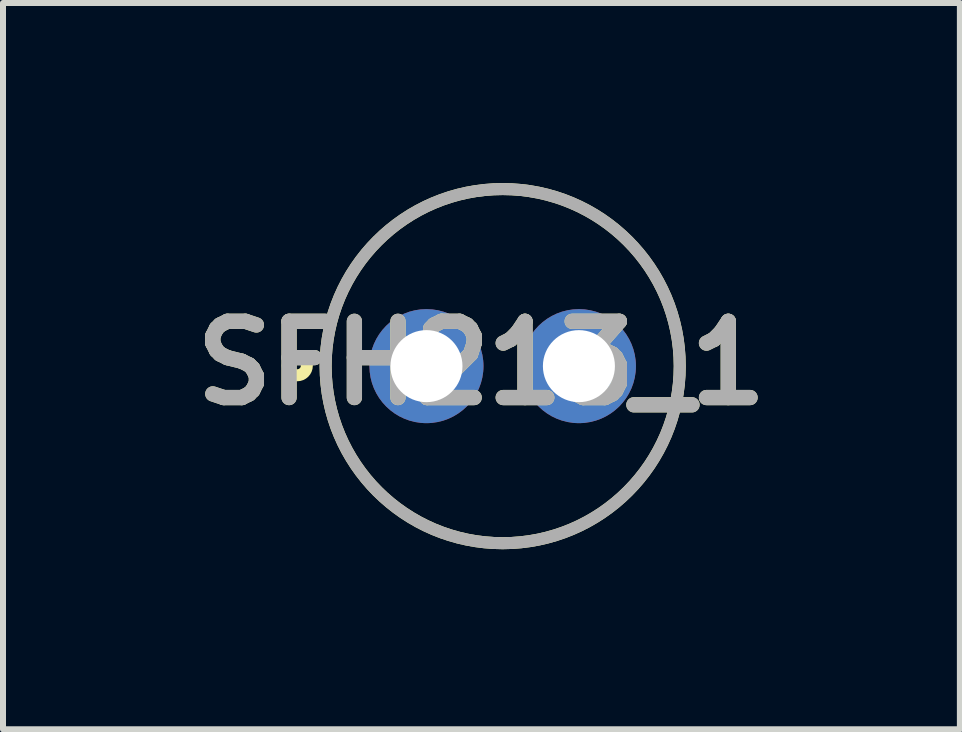
<source format=kicad_pcb>
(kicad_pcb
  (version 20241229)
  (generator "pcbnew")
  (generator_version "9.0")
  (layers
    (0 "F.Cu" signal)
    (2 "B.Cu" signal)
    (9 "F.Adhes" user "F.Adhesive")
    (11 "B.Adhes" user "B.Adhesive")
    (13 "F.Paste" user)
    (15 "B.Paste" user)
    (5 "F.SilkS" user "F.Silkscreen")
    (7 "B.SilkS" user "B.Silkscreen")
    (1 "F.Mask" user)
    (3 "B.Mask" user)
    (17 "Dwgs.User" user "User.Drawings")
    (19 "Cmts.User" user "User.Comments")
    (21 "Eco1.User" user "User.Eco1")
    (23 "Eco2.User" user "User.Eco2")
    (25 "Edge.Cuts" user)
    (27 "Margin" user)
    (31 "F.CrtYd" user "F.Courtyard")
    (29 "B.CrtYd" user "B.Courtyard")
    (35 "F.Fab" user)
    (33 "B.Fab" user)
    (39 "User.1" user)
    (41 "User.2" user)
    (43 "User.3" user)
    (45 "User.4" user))
  (footprint "SFH213_1"
    (layer "F.Cu")
    (at 5.325 3.05)
    (property "Reference" "SFH213_1" (at -0.354 -0.051 0) (layer "F.SilkS") (effects (font (size 1.27 1.27) (thickness 0.254))))
    (attr through_hole)
    (fp_circle (center -3.422 -0.007) (end -3.422 0.052) (stroke (width 0.2) (type solid)) (fill no) (layer "F.SilkS"))
    (fp_circle (center 0 0) (end 0 2.95) (stroke (width 0.2) (type solid)) (fill no) (layer "F.SilkS"))
    (fp_circle (center 0 0) (end 0 2.95) (stroke (width 0.2) (type solid)) (fill no) (layer "F.Fab"))
    (fp_text user "${REFERENCE}" (at -0.354 -0.051 0) (layer "F.Fab") (effects (font (size 1.27 1.27) (thickness 0.254))))
    (pad "1" thru_hole circle (at -1.27 0) (size 1.9 1.9) (drill 1.2) (layers "*.Cu" "*.Mask"))
    (pad "2" thru_hole circle (at 1.27 0) (size 1.9 1.9) (drill 1.2) (layers "*.Cu" "*.Mask")))
  (gr_rect
    (start -3 -3)
    (end 12.942 9.1)
    (stroke (width 0.1) (type default))
    (fill no)
    (layer "Edge.Cuts")))
</source>
